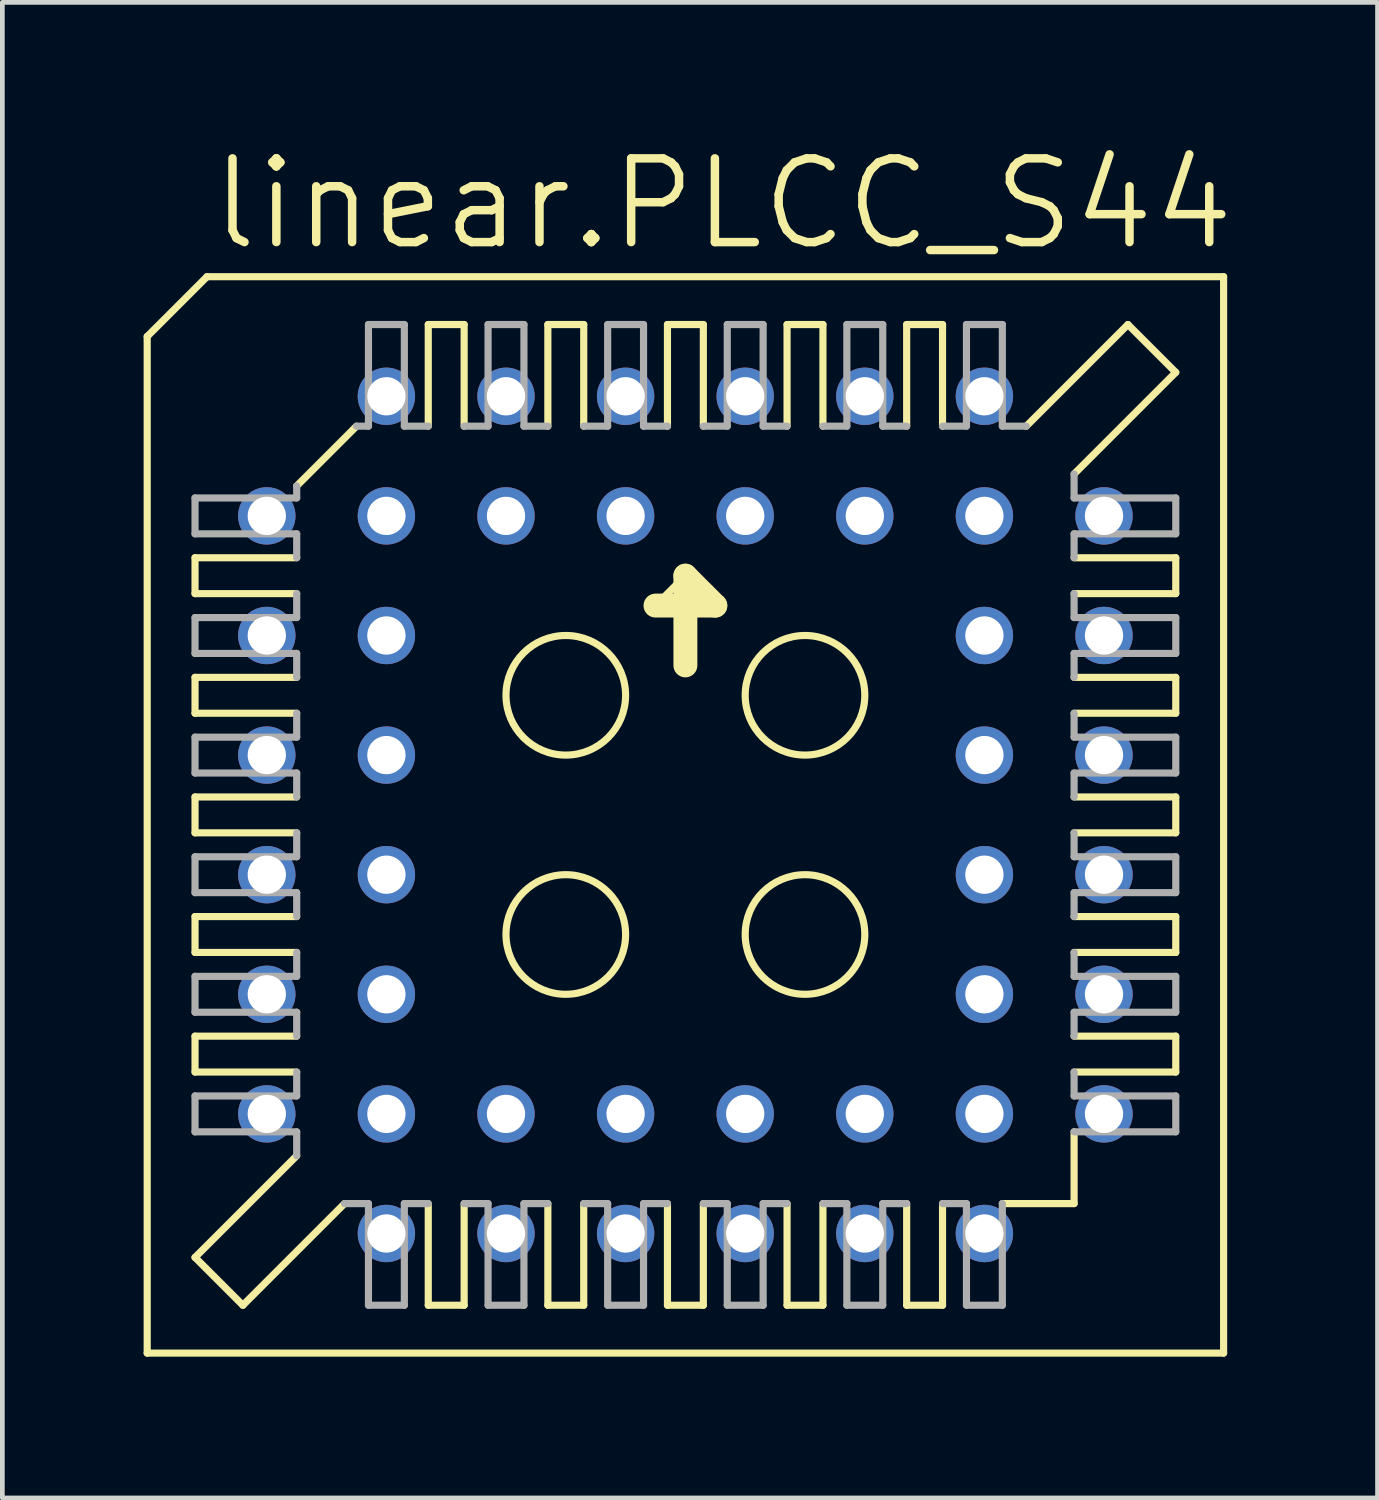
<source format=kicad_pcb>
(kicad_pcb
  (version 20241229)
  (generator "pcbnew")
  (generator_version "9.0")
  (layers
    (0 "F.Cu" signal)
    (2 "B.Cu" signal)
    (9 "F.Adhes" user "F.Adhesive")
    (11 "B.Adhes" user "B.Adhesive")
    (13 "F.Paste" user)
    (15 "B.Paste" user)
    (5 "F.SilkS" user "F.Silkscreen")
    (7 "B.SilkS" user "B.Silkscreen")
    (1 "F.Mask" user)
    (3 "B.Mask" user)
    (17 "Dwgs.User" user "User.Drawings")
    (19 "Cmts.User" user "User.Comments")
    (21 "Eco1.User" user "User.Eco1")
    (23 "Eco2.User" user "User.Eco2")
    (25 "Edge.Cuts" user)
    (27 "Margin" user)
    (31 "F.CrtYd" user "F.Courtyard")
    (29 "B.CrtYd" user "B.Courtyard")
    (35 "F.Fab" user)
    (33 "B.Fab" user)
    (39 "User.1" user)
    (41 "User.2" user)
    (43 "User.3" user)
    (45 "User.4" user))
  (footprint "linear.PLCC_S44"
    (layer "F.Cu")
    (at 11.506 14.256)
    (property "Reference" "linear.PLCC_S44" (at -10.16 -11.938 0) (layer "F.SilkS") (effects (font (size 1.778 1.778) (thickness 0.18)) (justify left bottom)))
    (attr through_hole)
    (fp_line (start -11.43 -10.16) (end -11.43 11.43) (stroke (width 0.152) (type default)) (layer "F.SilkS"))
    (fp_line (start -10.414 -5.461) (end -10.414 -4.699) (stroke (width 0.152) (type default)) (layer "F.SilkS"))
    (fp_line (start -10.414 -5.461) (end -8.255 -5.461) (stroke (width 0.152) (type default)) (layer "F.SilkS"))
    (fp_line (start -10.414 -2.921) (end -10.414 -2.159) (stroke (width 0.152) (type default)) (layer "F.SilkS"))
    (fp_line (start -10.414 -2.921) (end -8.255 -2.921) (stroke (width 0.152) (type default)) (layer "F.SilkS"))
    (fp_line (start -10.414 0.381) (end -10.414 -0.381) (stroke (width 0.152) (type default)) (layer "F.SilkS"))
    (fp_line (start -10.414 0.381) (end -8.255 0.381) (stroke (width 0.152) (type default)) (layer "F.SilkS"))
    (fp_line (start -10.414 2.921) (end -10.414 2.159) (stroke (width 0.152) (type default)) (layer "F.SilkS"))
    (fp_line (start -10.414 2.921) (end -8.255 2.921) (stroke (width 0.152) (type default)) (layer "F.SilkS"))
    (fp_line (start -10.414 5.461) (end -10.414 4.699) (stroke (width 0.152) (type default)) (layer "F.SilkS"))
    (fp_line (start -10.414 5.461) (end -8.255 5.461) (stroke (width 0.152) (type default)) (layer "F.SilkS"))
    (fp_line (start -10.414 9.398) (end -8.255 7.239) (stroke (width 0.152) (type default)) (layer "F.SilkS"))
    (fp_line (start -10.16 -11.43) (end -11.43 -10.16) (stroke (width 0.152) (type default)) (layer "F.SilkS"))
    (fp_line (start -9.398 10.414) (end -10.414 9.398) (stroke (width 0.152) (type default)) (layer "F.SilkS"))
    (fp_line (start -9.398 10.414) (end -7.239 8.255) (stroke (width 0.152) (type default)) (layer "F.SilkS"))
    (fp_line (start -8.255 -6.985) (end -6.985 -8.255) (stroke (width 0.152) (type default)) (layer "F.SilkS"))
    (fp_line (start -8.255 -4.699) (end -10.414 -4.699) (stroke (width 0.152) (type default)) (layer "F.SilkS"))
    (fp_line (start -8.255 -2.159) (end -10.414 -2.159) (stroke (width 0.152) (type default)) (layer "F.SilkS"))
    (fp_line (start -8.255 -0.381) (end -10.414 -0.381) (stroke (width 0.152) (type default)) (layer "F.SilkS"))
    (fp_line (start -8.255 2.159) (end -10.414 2.159) (stroke (width 0.152) (type default)) (layer "F.SilkS"))
    (fp_line (start -8.255 4.699) (end -10.414 4.699) (stroke (width 0.152) (type default)) (layer "F.SilkS"))
    (fp_line (start -5.461 -8.255) (end -5.461 -10.414) (stroke (width 0.152) (type default)) (layer "F.SilkS"))
    (fp_line (start -5.461 10.414) (end -5.461 8.255) (stroke (width 0.152) (type default)) (layer "F.SilkS"))
    (fp_line (start -5.461 10.414) (end -4.699 10.414) (stroke (width 0.152) (type default)) (layer "F.SilkS"))
    (fp_line (start -4.699 -10.414) (end -5.461 -10.414) (stroke (width 0.152) (type default)) (layer "F.SilkS"))
    (fp_line (start -4.699 -10.414) (end -4.699 -8.255) (stroke (width 0.152) (type default)) (layer "F.SilkS"))
    (fp_line (start -4.699 8.255) (end -4.699 10.414) (stroke (width 0.152) (type default)) (layer "F.SilkS"))
    (fp_line (start -2.921 -8.255) (end -2.921 -10.414) (stroke (width 0.152) (type default)) (layer "F.SilkS"))
    (fp_line (start -2.921 10.414) (end -2.921 8.255) (stroke (width 0.152) (type default)) (layer "F.SilkS"))
    (fp_line (start -2.921 10.414) (end -2.159 10.414) (stroke (width 0.152) (type default)) (layer "F.SilkS"))
    (fp_line (start -2.159 -10.414) (end -2.921 -10.414) (stroke (width 0.152) (type default)) (layer "F.SilkS"))
    (fp_line (start -2.159 -10.414) (end -2.159 -8.255) (stroke (width 0.152) (type default)) (layer "F.SilkS"))
    (fp_line (start -2.159 8.255) (end -2.159 10.414) (stroke (width 0.152) (type default)) (layer "F.SilkS"))
    (fp_line (start -0.635 -4.445) (end 0 -5.08) (stroke (width 0.152) (type default)) (layer "F.SilkS"))
    (fp_line (start -0.381 -8.255) (end -0.381 -10.414) (stroke (width 0.152) (type default)) (layer "F.SilkS"))
    (fp_line (start -0.381 10.414) (end -0.381 8.255) (stroke (width 0.152) (type default)) (layer "F.SilkS"))
    (fp_line (start -0.381 10.414) (end 0.381 10.414) (stroke (width 0.152) (type default)) (layer "F.SilkS"))
    (fp_line (start 0 -5.08) (end 0 -3.175) (stroke (width 0.508) (type default)) (layer "F.SilkS"))
    (fp_line (start 0 -5.08) (end 0.635 -4.445) (stroke (width 0.508) (type default)) (layer "F.SilkS"))
    (fp_line (start 0.381 -10.414) (end -0.381 -10.414) (stroke (width 0.152) (type default)) (layer "F.SilkS"))
    (fp_line (start 0.381 -10.414) (end 0.381 -8.255) (stroke (width 0.152) (type default)) (layer "F.SilkS"))
    (fp_line (start 0.381 8.255) (end 0.381 10.414) (stroke (width 0.152) (type default)) (layer "F.SilkS"))
    (fp_line (start 0.635 -4.445) (end -0.635 -4.445) (stroke (width 0.508) (type default)) (layer "F.SilkS"))
    (fp_line (start 2.159 -8.255) (end 2.159 -10.414) (stroke (width 0.152) (type default)) (layer "F.SilkS"))
    (fp_line (start 2.159 10.414) (end 2.159 8.255) (stroke (width 0.152) (type default)) (layer "F.SilkS"))
    (fp_line (start 2.159 10.414) (end 2.921 10.414) (stroke (width 0.152) (type default)) (layer "F.SilkS"))
    (fp_line (start 2.921 -10.414) (end 2.159 -10.414) (stroke (width 0.152) (type default)) (layer "F.SilkS"))
    (fp_line (start 2.921 -10.414) (end 2.921 -8.255) (stroke (width 0.152) (type default)) (layer "F.SilkS"))
    (fp_line (start 2.921 8.255) (end 2.921 10.414) (stroke (width 0.152) (type default)) (layer "F.SilkS"))
    (fp_line (start 4.699 -8.255) (end 4.699 -10.414) (stroke (width 0.152) (type default)) (layer "F.SilkS"))
    (fp_line (start 4.699 10.414) (end 4.699 8.255) (stroke (width 0.152) (type default)) (layer "F.SilkS"))
    (fp_line (start 4.699 10.414) (end 5.461 10.414) (stroke (width 0.152) (type default)) (layer "F.SilkS"))
    (fp_line (start 5.461 -10.414) (end 4.699 -10.414) (stroke (width 0.152) (type default)) (layer "F.SilkS"))
    (fp_line (start 5.461 -10.414) (end 5.461 -8.255) (stroke (width 0.152) (type default)) (layer "F.SilkS"))
    (fp_line (start 5.461 8.255) (end 5.461 10.414) (stroke (width 0.152) (type default)) (layer "F.SilkS"))
    (fp_line (start 6.731 8.255) (end 8.255 8.255) (stroke (width 0.152) (type default)) (layer "F.SilkS"))
    (fp_line (start 8.255 -4.699) (end 10.414 -4.699) (stroke (width 0.152) (type default)) (layer "F.SilkS"))
    (fp_line (start 8.255 -2.159) (end 10.414 -2.159) (stroke (width 0.152) (type default)) (layer "F.SilkS"))
    (fp_line (start 8.255 0.381) (end 10.414 0.381) (stroke (width 0.152) (type default)) (layer "F.SilkS"))
    (fp_line (start 8.255 2.159) (end 10.414 2.159) (stroke (width 0.152) (type default)) (layer "F.SilkS"))
    (fp_line (start 8.255 4.699) (end 10.414 4.699) (stroke (width 0.152) (type default)) (layer "F.SilkS"))
    (fp_line (start 8.255 8.255) (end 8.255 6.731) (stroke (width 0.152) (type default)) (layer "F.SilkS"))
    (fp_line (start 9.398 -10.414) (end 7.239 -8.255) (stroke (width 0.152) (type default)) (layer "F.SilkS"))
    (fp_line (start 10.414 -9.398) (end 8.255 -7.239) (stroke (width 0.152) (type default)) (layer "F.SilkS"))
    (fp_line (start 10.414 -9.398) (end 9.398 -10.414) (stroke (width 0.152) (type default)) (layer "F.SilkS"))
    (fp_line (start 10.414 -5.461) (end 8.255 -5.461) (stroke (width 0.152) (type default)) (layer "F.SilkS"))
    (fp_line (start 10.414 -5.461) (end 10.414 -4.699) (stroke (width 0.152) (type default)) (layer "F.SilkS"))
    (fp_line (start 10.414 -2.921) (end 8.255 -2.921) (stroke (width 0.152) (type default)) (layer "F.SilkS"))
    (fp_line (start 10.414 -2.921) (end 10.414 -2.159) (stroke (width 0.152) (type default)) (layer "F.SilkS"))
    (fp_line (start 10.414 -0.381) (end 8.255 -0.381) (stroke (width 0.152) (type default)) (layer "F.SilkS"))
    (fp_line (start 10.414 -0.381) (end 10.414 0.381) (stroke (width 0.152) (type default)) (layer "F.SilkS"))
    (fp_line (start 10.414 2.921) (end 8.255 2.921) (stroke (width 0.152) (type default)) (layer "F.SilkS"))
    (fp_line (start 10.414 2.921) (end 10.414 2.159) (stroke (width 0.152) (type default)) (layer "F.SilkS"))
    (fp_line (start 10.414 5.461) (end 8.255 5.461) (stroke (width 0.152) (type default)) (layer "F.SilkS"))
    (fp_line (start 10.414 5.461) (end 10.414 4.699) (stroke (width 0.152) (type default)) (layer "F.SilkS"))
    (fp_line (start 11.43 -11.43) (end -10.16 -11.43) (stroke (width 0.152) (type default)) (layer "F.SilkS"))
    (fp_line (start 11.43 11.43) (end -11.43 11.43) (stroke (width 0.152) (type default)) (layer "F.SilkS"))
    (fp_line (start 11.43 11.43) (end 11.43 -11.43) (stroke (width 0.152) (type default)) (layer "F.SilkS"))
    (fp_circle (center -2.54 -2.54) (end -1.27 -2.54) (stroke (width 0.152) (type default)) (fill no) (layer "F.SilkS"))
    (fp_circle (center -2.54 2.54) (end -1.27 2.54) (stroke (width 0.152) (type default)) (fill no) (layer "F.SilkS"))
    (fp_circle (center 2.54 -2.54) (end 3.81 -2.54) (stroke (width 0.152) (type default)) (fill no) (layer "F.SilkS"))
    (fp_circle (center 2.54 2.54) (end 3.81 2.54) (stroke (width 0.152) (type default)) (fill no) (layer "F.SilkS"))
    (fp_line (start -10.414 -6.731) (end -10.414 -5.969) (stroke (width 0.152) (type default)) (layer "F.Fab"))
    (fp_line (start -10.414 -6.731) (end -8.255 -6.731) (stroke (width 0.152) (type default)) (layer "F.Fab"))
    (fp_line (start -10.414 -4.191) (end -10.414 -3.429) (stroke (width 0.152) (type default)) (layer "F.Fab"))
    (fp_line (start -10.414 -4.191) (end -8.255 -4.191) (stroke (width 0.152) (type default)) (layer "F.Fab"))
    (fp_line (start -10.414 -0.889) (end -10.414 -1.651) (stroke (width 0.152) (type default)) (layer "F.Fab"))
    (fp_line (start -10.414 -0.889) (end -8.255 -0.889) (stroke (width 0.152) (type default)) (layer "F.Fab"))
    (fp_line (start -10.414 1.651) (end -10.414 0.889) (stroke (width 0.152) (type default)) (layer "F.Fab"))
    (fp_line (start -10.414 1.651) (end -8.255 1.651) (stroke (width 0.152) (type default)) (layer "F.Fab"))
    (fp_line (start -10.414 4.191) (end -10.414 3.429) (stroke (width 0.152) (type default)) (layer "F.Fab"))
    (fp_line (start -10.414 4.191) (end -8.255 4.191) (stroke (width 0.152) (type default)) (layer "F.Fab"))
    (fp_line (start -10.414 6.731) (end -10.414 5.969) (stroke (width 0.152) (type default)) (layer "F.Fab"))
    (fp_line (start -10.414 6.731) (end -8.255 6.731) (stroke (width 0.152) (type default)) (layer "F.Fab"))
    (fp_line (start -8.255 -6.731) (end -8.255 -6.985) (stroke (width 0.152) (type default)) (layer "F.Fab"))
    (fp_line (start -8.255 -5.969) (end -10.414 -5.969) (stroke (width 0.152) (type default)) (layer "F.Fab"))
    (fp_line (start -8.255 -5.969) (end -8.255 -5.461) (stroke (width 0.152) (type default)) (layer "F.Fab"))
    (fp_line (start -8.255 -4.699) (end -8.255 -4.191) (stroke (width 0.152) (type default)) (layer "F.Fab"))
    (fp_line (start -8.255 -3.429) (end -10.414 -3.429) (stroke (width 0.152) (type default)) (layer "F.Fab"))
    (fp_line (start -8.255 -3.429) (end -8.255 -2.921) (stroke (width 0.152) (type default)) (layer "F.Fab"))
    (fp_line (start -8.255 -2.159) (end -8.255 -1.651) (stroke (width 0.152) (type default)) (layer "F.Fab"))
    (fp_line (start -8.255 -1.651) (end -10.414 -1.651) (stroke (width 0.152) (type default)) (layer "F.Fab"))
    (fp_line (start -8.255 -0.381) (end -8.255 -0.889) (stroke (width 0.152) (type default)) (layer "F.Fab"))
    (fp_line (start -8.255 0.889) (end -10.414 0.889) (stroke (width 0.152) (type default)) (layer "F.Fab"))
    (fp_line (start -8.255 0.889) (end -8.255 0.381) (stroke (width 0.152) (type default)) (layer "F.Fab"))
    (fp_line (start -8.255 2.159) (end -8.255 1.651) (stroke (width 0.152) (type default)) (layer "F.Fab"))
    (fp_line (start -8.255 3.429) (end -10.414 3.429) (stroke (width 0.152) (type default)) (layer "F.Fab"))
    (fp_line (start -8.255 3.429) (end -8.255 2.921) (stroke (width 0.152) (type default)) (layer "F.Fab"))
    (fp_line (start -8.255 4.699) (end -8.255 4.191) (stroke (width 0.152) (type default)) (layer "F.Fab"))
    (fp_line (start -8.255 5.969) (end -10.414 5.969) (stroke (width 0.152) (type default)) (layer "F.Fab"))
    (fp_line (start -8.255 5.969) (end -8.255 5.461) (stroke (width 0.152) (type default)) (layer "F.Fab"))
    (fp_line (start -8.255 7.239) (end -8.255 6.731) (stroke (width 0.152) (type default)) (layer "F.Fab"))
    (fp_line (start -7.239 8.255) (end -6.731 8.255) (stroke (width 0.152) (type default)) (layer "F.Fab"))
    (fp_line (start -6.985 -8.255) (end -6.731 -8.255) (stroke (width 0.152) (type default)) (layer "F.Fab"))
    (fp_line (start -6.731 -8.255) (end -6.731 -10.414) (stroke (width 0.152) (type default)) (layer "F.Fab"))
    (fp_line (start -6.731 10.414) (end -6.731 8.255) (stroke (width 0.152) (type default)) (layer "F.Fab"))
    (fp_line (start -6.731 10.414) (end -5.969 10.414) (stroke (width 0.152) (type default)) (layer "F.Fab"))
    (fp_line (start -5.969 -10.414) (end -6.731 -10.414) (stroke (width 0.152) (type default)) (layer "F.Fab"))
    (fp_line (start -5.969 -10.414) (end -5.969 -8.255) (stroke (width 0.152) (type default)) (layer "F.Fab"))
    (fp_line (start -5.969 8.255) (end -5.969 10.414) (stroke (width 0.152) (type default)) (layer "F.Fab"))
    (fp_line (start -5.969 8.255) (end -5.461 8.255) (stroke (width 0.152) (type default)) (layer "F.Fab"))
    (fp_line (start -5.461 -8.255) (end -5.969 -8.255) (stroke (width 0.152) (type default)) (layer "F.Fab"))
    (fp_line (start -4.699 8.255) (end -4.191 8.255) (stroke (width 0.152) (type default)) (layer "F.Fab"))
    (fp_line (start -4.191 -8.255) (end -4.699 -8.255) (stroke (width 0.152) (type default)) (layer "F.Fab"))
    (fp_line (start -4.191 -8.255) (end -4.191 -10.414) (stroke (width 0.152) (type default)) (layer "F.Fab"))
    (fp_line (start -4.191 10.414) (end -4.191 8.255) (stroke (width 0.152) (type default)) (layer "F.Fab"))
    (fp_line (start -4.191 10.414) (end -3.429 10.414) (stroke (width 0.152) (type default)) (layer "F.Fab"))
    (fp_line (start -3.429 -10.414) (end -4.191 -10.414) (stroke (width 0.152) (type default)) (layer "F.Fab"))
    (fp_line (start -3.429 -10.414) (end -3.429 -8.255) (stroke (width 0.152) (type default)) (layer "F.Fab"))
    (fp_line (start -3.429 8.255) (end -3.429 10.414) (stroke (width 0.152) (type default)) (layer "F.Fab"))
    (fp_line (start -3.429 8.255) (end -2.921 8.255) (stroke (width 0.152) (type default)) (layer "F.Fab"))
    (fp_line (start -2.921 -8.255) (end -3.429 -8.255) (stroke (width 0.152) (type default)) (layer "F.Fab"))
    (fp_line (start -2.159 8.255) (end -1.651 8.255) (stroke (width 0.152) (type default)) (layer "F.Fab"))
    (fp_line (start -1.651 -8.255) (end -2.159 -8.255) (stroke (width 0.152) (type default)) (layer "F.Fab"))
    (fp_line (start -1.651 -8.255) (end -1.651 -10.414) (stroke (width 0.152) (type default)) (layer "F.Fab"))
    (fp_line (start -1.651 10.414) (end -1.651 8.255) (stroke (width 0.152) (type default)) (layer "F.Fab"))
    (fp_line (start -1.651 10.414) (end -0.889 10.414) (stroke (width 0.152) (type default)) (layer "F.Fab"))
    (fp_line (start -0.889 -10.414) (end -1.651 -10.414) (stroke (width 0.152) (type default)) (layer "F.Fab"))
    (fp_line (start -0.889 -10.414) (end -0.889 -8.255) (stroke (width 0.152) (type default)) (layer "F.Fab"))
    (fp_line (start -0.889 8.255) (end -0.889 10.414) (stroke (width 0.152) (type default)) (layer "F.Fab"))
    (fp_line (start -0.889 8.255) (end -0.381 8.255) (stroke (width 0.152) (type default)) (layer "F.Fab"))
    (fp_line (start -0.381 -8.255) (end -0.889 -8.255) (stroke (width 0.152) (type default)) (layer "F.Fab"))
    (fp_line (start 0.381 8.255) (end 0.889 8.255) (stroke (width 0.152) (type default)) (layer "F.Fab"))
    (fp_line (start 0.889 -8.255) (end 0.381 -8.255) (stroke (width 0.152) (type default)) (layer "F.Fab"))
    (fp_line (start 0.889 -8.255) (end 0.889 -10.414) (stroke (width 0.152) (type default)) (layer "F.Fab"))
    (fp_line (start 0.889 10.414) (end 0.889 8.255) (stroke (width 0.152) (type default)) (layer "F.Fab"))
    (fp_line (start 0.889 10.414) (end 1.651 10.414) (stroke (width 0.152) (type default)) (layer "F.Fab"))
    (fp_line (start 1.651 -10.414) (end 0.889 -10.414) (stroke (width 0.152) (type default)) (layer "F.Fab"))
    (fp_line (start 1.651 -10.414) (end 1.651 -8.255) (stroke (width 0.152) (type default)) (layer "F.Fab"))
    (fp_line (start 1.651 8.255) (end 1.651 10.414) (stroke (width 0.152) (type default)) (layer "F.Fab"))
    (fp_line (start 1.651 8.255) (end 2.159 8.255) (stroke (width 0.152) (type default)) (layer "F.Fab"))
    (fp_line (start 2.159 -8.255) (end 1.651 -8.255) (stroke (width 0.152) (type default)) (layer "F.Fab"))
    (fp_line (start 2.921 8.255) (end 3.429 8.255) (stroke (width 0.152) (type default)) (layer "F.Fab"))
    (fp_line (start 3.429 -8.255) (end 2.921 -8.255) (stroke (width 0.152) (type default)) (layer "F.Fab"))
    (fp_line (start 3.429 -8.255) (end 3.429 -10.414) (stroke (width 0.152) (type default)) (layer "F.Fab"))
    (fp_line (start 3.429 10.414) (end 3.429 8.255) (stroke (width 0.152) (type default)) (layer "F.Fab"))
    (fp_line (start 3.429 10.414) (end 4.191 10.414) (stroke (width 0.152) (type default)) (layer "F.Fab"))
    (fp_line (start 4.191 -10.414) (end 3.429 -10.414) (stroke (width 0.152) (type default)) (layer "F.Fab"))
    (fp_line (start 4.191 -10.414) (end 4.191 -8.255) (stroke (width 0.152) (type default)) (layer "F.Fab"))
    (fp_line (start 4.191 8.255) (end 4.191 10.414) (stroke (width 0.152) (type default)) (layer "F.Fab"))
    (fp_line (start 4.191 8.255) (end 4.699 8.255) (stroke (width 0.152) (type default)) (layer "F.Fab"))
    (fp_line (start 4.699 -8.255) (end 4.191 -8.255) (stroke (width 0.152) (type default)) (layer "F.Fab"))
    (fp_line (start 5.461 8.255) (end 5.969 8.255) (stroke (width 0.152) (type default)) (layer "F.Fab"))
    (fp_line (start 5.969 -8.255) (end 5.461 -8.255) (stroke (width 0.152) (type default)) (layer "F.Fab"))
    (fp_line (start 5.969 -8.255) (end 5.969 -10.414) (stroke (width 0.152) (type default)) (layer "F.Fab"))
    (fp_line (start 5.969 10.414) (end 5.969 8.255) (stroke (width 0.152) (type default)) (layer "F.Fab"))
    (fp_line (start 5.969 10.414) (end 6.731 10.414) (stroke (width 0.152) (type default)) (layer "F.Fab"))
    (fp_line (start 6.731 -10.414) (end 5.969 -10.414) (stroke (width 0.152) (type default)) (layer "F.Fab"))
    (fp_line (start 6.731 -10.414) (end 6.731 -8.255) (stroke (width 0.152) (type default)) (layer "F.Fab"))
    (fp_line (start 6.731 8.255) (end 6.731 10.414) (stroke (width 0.152) (type default)) (layer "F.Fab"))
    (fp_line (start 7.239 -8.255) (end 6.731 -8.255) (stroke (width 0.152) (type default)) (layer "F.Fab"))
    (fp_line (start 8.255 -7.239) (end 8.255 -6.731) (stroke (width 0.152) (type default)) (layer "F.Fab"))
    (fp_line (start 8.255 -5.969) (end 8.255 -5.461) (stroke (width 0.152) (type default)) (layer "F.Fab"))
    (fp_line (start 8.255 -5.969) (end 10.414 -5.969) (stroke (width 0.152) (type default)) (layer "F.Fab"))
    (fp_line (start 8.255 -4.699) (end 8.255 -4.191) (stroke (width 0.152) (type default)) (layer "F.Fab"))
    (fp_line (start 8.255 -3.429) (end 8.255 -2.921) (stroke (width 0.152) (type default)) (layer "F.Fab"))
    (fp_line (start 8.255 -3.429) (end 10.414 -3.429) (stroke (width 0.152) (type default)) (layer "F.Fab"))
    (fp_line (start 8.255 -2.159) (end 8.255 -1.651) (stroke (width 0.152) (type default)) (layer "F.Fab"))
    (fp_line (start 8.255 -0.889) (end 8.255 -0.381) (stroke (width 0.152) (type default)) (layer "F.Fab"))
    (fp_line (start 8.255 -0.889) (end 10.414 -0.889) (stroke (width 0.152) (type default)) (layer "F.Fab"))
    (fp_line (start 8.255 0.381) (end 8.255 0.889) (stroke (width 0.152) (type default)) (layer "F.Fab"))
    (fp_line (start 8.255 1.651) (end 8.255 2.159) (stroke (width 0.152) (type default)) (layer "F.Fab"))
    (fp_line (start 8.255 1.651) (end 10.414 1.651) (stroke (width 0.152) (type default)) (layer "F.Fab"))
    (fp_line (start 8.255 3.429) (end 8.255 2.921) (stroke (width 0.152) (type default)) (layer "F.Fab"))
    (fp_line (start 8.255 3.429) (end 10.414 3.429) (stroke (width 0.152) (type default)) (layer "F.Fab"))
    (fp_line (start 8.255 4.699) (end 8.255 4.191) (stroke (width 0.152) (type default)) (layer "F.Fab"))
    (fp_line (start 8.255 5.969) (end 8.255 5.461) (stroke (width 0.152) (type default)) (layer "F.Fab"))
    (fp_line (start 8.255 5.969) (end 10.414 5.969) (stroke (width 0.152) (type default)) (layer "F.Fab"))
    (fp_line (start 10.414 -6.731) (end 8.255 -6.731) (stroke (width 0.152) (type default)) (layer "F.Fab"))
    (fp_line (start 10.414 -6.731) (end 10.414 -5.969) (stroke (width 0.152) (type default)) (layer "F.Fab"))
    (fp_line (start 10.414 -4.191) (end 8.255 -4.191) (stroke (width 0.152) (type default)) (layer "F.Fab"))
    (fp_line (start 10.414 -4.191) (end 10.414 -3.429) (stroke (width 0.152) (type default)) (layer "F.Fab"))
    (fp_line (start 10.414 -1.651) (end 8.255 -1.651) (stroke (width 0.152) (type default)) (layer "F.Fab"))
    (fp_line (start 10.414 -1.651) (end 10.414 -0.889) (stroke (width 0.152) (type default)) (layer "F.Fab"))
    (fp_line (start 10.414 0.889) (end 8.255 0.889) (stroke (width 0.152) (type default)) (layer "F.Fab"))
    (fp_line (start 10.414 0.889) (end 10.414 1.651) (stroke (width 0.152) (type default)) (layer "F.Fab"))
    (fp_line (start 10.414 4.191) (end 8.255 4.191) (stroke (width 0.152) (type default)) (layer "F.Fab"))
    (fp_line (start 10.414 4.191) (end 10.414 3.429) (stroke (width 0.152) (type default)) (layer "F.Fab"))
    (fp_line (start 10.414 6.731) (end 8.255 6.731) (stroke (width 0.152) (type default)) (layer "F.Fab"))
    (fp_line (start 10.414 6.731) (end 10.414 5.969) (stroke (width 0.152) (type default)) (layer "F.Fab"))
    (pad "1" thru_hole circle (at 1.27 -6.35) (size 1.219 1.219) (drill 0.813) (layers "*.Cu" "*.Mask"))
    (pad "2" thru_hole circle (at -1.27 -8.89) (size 1.219 1.219) (drill 0.813) (layers "*.Cu" "*.Mask"))
    (pad "3" thru_hole circle (at -1.27 -6.35) (size 1.219 1.219) (drill 0.813) (layers "*.Cu" "*.Mask"))
    (pad "4" thru_hole circle (at -3.81 -8.89) (size 1.219 1.219) (drill 0.813) (layers "*.Cu" "*.Mask"))
    (pad "5" thru_hole circle (at -3.81 -6.35) (size 1.219 1.219) (drill 0.813) (layers "*.Cu" "*.Mask"))
    (pad "6" thru_hole circle (at -6.35 -8.89) (size 1.219 1.219) (drill 0.813) (layers "*.Cu" "*.Mask"))
    (pad "7" thru_hole circle (at -8.89 -6.35) (size 1.219 1.219) (drill 0.813) (layers "*.Cu" "*.Mask"))
    (pad "8" thru_hole circle (at -6.35 -6.35) (size 1.219 1.219) (drill 0.813) (layers "*.Cu" "*.Mask"))
    (pad "9" thru_hole circle (at -8.89 -3.81) (size 1.219 1.219) (drill 0.813) (layers "*.Cu" "*.Mask"))
    (pad "10" thru_hole circle (at -6.35 -3.81) (size 1.219 1.219) (drill 0.813) (layers "*.Cu" "*.Mask"))
    (pad "11" thru_hole circle (at -8.89 -1.27) (size 1.219 1.219) (drill 0.813) (layers "*.Cu" "*.Mask"))
    (pad "12" thru_hole circle (at -6.35 -1.27) (size 1.219 1.219) (drill 0.813) (layers "*.Cu" "*.Mask"))
    (pad "13" thru_hole circle (at -8.89 1.27) (size 1.219 1.219) (drill 0.813) (layers "*.Cu" "*.Mask"))
    (pad "14" thru_hole circle (at -6.35 1.27) (size 1.219 1.219) (drill 0.813) (layers "*.Cu" "*.Mask"))
    (pad "15" thru_hole circle (at -8.89 3.81) (size 1.219 1.219) (drill 0.813) (layers "*.Cu" "*.Mask"))
    (pad "16" thru_hole circle (at -6.35 3.81) (size 1.219 1.219) (drill 0.813) (layers "*.Cu" "*.Mask"))
    (pad "17" thru_hole circle (at -8.89 6.35) (size 1.219 1.219) (drill 0.813) (layers "*.Cu" "*.Mask"))
    (pad "18" thru_hole circle (at -6.35 8.89) (size 1.219 1.219) (drill 0.813) (layers "*.Cu" "*.Mask"))
    (pad "19" thru_hole circle (at -6.35 6.35) (size 1.219 1.219) (drill 0.813) (layers "*.Cu" "*.Mask"))
    (pad "20" thru_hole circle (at -3.81 8.89) (size 1.219 1.219) (drill 0.813) (layers "*.Cu" "*.Mask"))
    (pad "21" thru_hole circle (at -3.81 6.35) (size 1.219 1.219) (drill 0.813) (layers "*.Cu" "*.Mask"))
    (pad "22" thru_hole circle (at -1.27 8.89) (size 1.219 1.219) (drill 0.813) (layers "*.Cu" "*.Mask"))
    (pad "23" thru_hole circle (at -1.27 6.35) (size 1.219 1.219) (drill 0.813) (layers "*.Cu" "*.Mask"))
    (pad "24" thru_hole circle (at 1.27 8.89) (size 1.219 1.219) (drill 0.813) (layers "*.Cu" "*.Mask"))
    (pad "25" thru_hole circle (at 1.27 6.35) (size 1.219 1.219) (drill 0.813) (layers "*.Cu" "*.Mask"))
    (pad "26" thru_hole circle (at 3.81 8.89) (size 1.219 1.219) (drill 0.813) (layers "*.Cu" "*.Mask"))
    (pad "27" thru_hole circle (at 3.81 6.35) (size 1.219 1.219) (drill 0.813) (layers "*.Cu" "*.Mask"))
    (pad "28" thru_hole circle (at 6.35 8.89) (size 1.219 1.219) (drill 0.813) (layers "*.Cu" "*.Mask"))
    (pad "29" thru_hole circle (at 8.89 6.35) (size 1.219 1.219) (drill 0.813) (layers "*.Cu" "*.Mask"))
    (pad "30" thru_hole circle (at 6.35 6.35) (size 1.219 1.219) (drill 0.813) (layers "*.Cu" "*.Mask"))
    (pad "31" thru_hole circle (at 8.89 3.81) (size 1.219 1.219) (drill 0.813) (layers "*.Cu" "*.Mask"))
    (pad "32" thru_hole circle (at 6.35 3.81) (size 1.219 1.219) (drill 0.813) (layers "*.Cu" "*.Mask"))
    (pad "33" thru_hole circle (at 8.89 1.27) (size 1.219 1.219) (drill 0.813) (layers "*.Cu" "*.Mask"))
    (pad "34" thru_hole circle (at 6.35 1.27) (size 1.219 1.219) (drill 0.813) (layers "*.Cu" "*.Mask"))
    (pad "35" thru_hole circle (at 8.89 -1.27) (size 1.219 1.219) (drill 0.813) (layers "*.Cu" "*.Mask"))
    (pad "36" thru_hole circle (at 6.35 -1.27) (size 1.219 1.219) (drill 0.813) (layers "*.Cu" "*.Mask"))
    (pad "37" thru_hole circle (at 8.89 -3.81) (size 1.219 1.219) (drill 0.813) (layers "*.Cu" "*.Mask"))
    (pad "38" thru_hole circle (at 6.35 -3.81) (size 1.219 1.219) (drill 0.813) (layers "*.Cu" "*.Mask"))
    (pad "39" thru_hole circle (at 8.89 -6.35) (size 1.219 1.219) (drill 0.813) (layers "*.Cu" "*.Mask"))
    (pad "40" thru_hole circle (at 6.35 -8.89) (size 1.219 1.219) (drill 0.813) (layers "*.Cu" "*.Mask"))
    (pad "41" thru_hole circle (at 6.35 -6.35) (size 1.219 1.219) (drill 0.813) (layers "*.Cu" "*.Mask"))
    (pad "42" thru_hole circle (at 3.81 -8.89) (size 1.219 1.219) (drill 0.813) (layers "*.Cu" "*.Mask"))
    (pad "43" thru_hole circle (at 3.81 -6.35) (size 1.219 1.219) (drill 0.813) (layers "*.Cu" "*.Mask"))
    (pad "44" thru_hole circle (at 1.27 -8.89) (size 1.219 1.219) (drill 0.813) (layers "*.Cu" "*.Mask")))
  (gr_rect
    (start -3 -3)
    (end 26.205 28.762)
    (stroke (width 0.1) (type default))
    (fill no)
    (layer "Edge.Cuts")))
</source>
